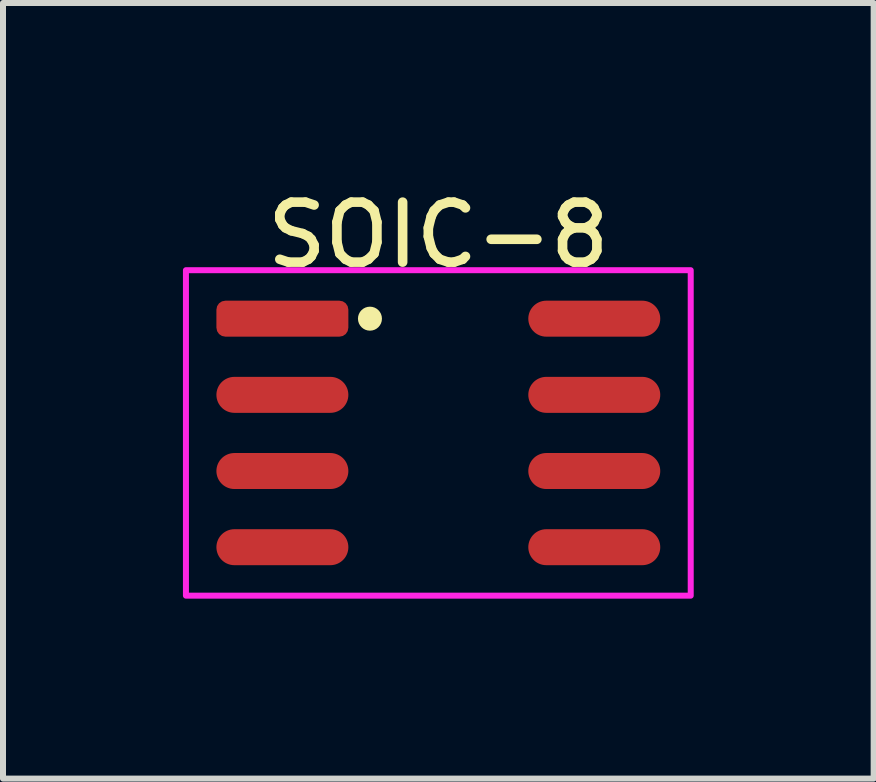
<source format=kicad_pcb>
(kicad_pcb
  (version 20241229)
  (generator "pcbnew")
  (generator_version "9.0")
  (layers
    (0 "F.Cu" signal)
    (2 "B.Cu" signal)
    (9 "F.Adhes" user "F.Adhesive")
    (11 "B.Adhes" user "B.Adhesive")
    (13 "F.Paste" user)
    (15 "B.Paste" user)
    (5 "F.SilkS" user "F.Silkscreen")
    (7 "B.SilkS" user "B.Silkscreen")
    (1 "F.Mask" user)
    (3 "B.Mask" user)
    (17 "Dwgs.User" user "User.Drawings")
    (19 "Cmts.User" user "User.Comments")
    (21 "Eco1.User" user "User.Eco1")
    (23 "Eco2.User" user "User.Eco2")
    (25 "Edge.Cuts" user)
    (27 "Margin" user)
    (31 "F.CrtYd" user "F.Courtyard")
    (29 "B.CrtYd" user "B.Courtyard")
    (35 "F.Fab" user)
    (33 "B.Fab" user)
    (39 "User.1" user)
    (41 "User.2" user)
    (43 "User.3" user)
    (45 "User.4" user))
  (footprint "SOIC-8"
    (layer "F.Cu")
    (at 4.258 4.168)
    (property "Reference" "SOIC-8" (at 0 -3.302 0) (unlocked yes) (layer "F.SilkS") (effects (font (size 1 1) (thickness 0.16))))
    (fp_rect (start 0 0) (end 0 0) (stroke (width 0.16) (type solid)) (fill no) (layer "F.SilkS"))
    (fp_circle (center -1.14 -1.905) (end -0.94 -1.905) (stroke (width 0) (type solid)) (fill yes) (layer "F.SilkS"))
    (fp_rect (start -4.208 -2.713) (end 4.208 2.713) (stroke (width 0.1) (type solid)) (fill no) (layer "F.CrtYd"))
    (pad "1" smd roundrect (at -2.6 -1.905) (size 2.2 0.6) (layers "F.Cu" "F.Mask" "F.Paste") (roundrect_rratio 0.25))
    (pad "2" smd oval (at -2.6 -0.635) (size 2.2 0.6) (layers "F.Cu" "F.Mask" "F.Paste"))
    (pad "3" smd oval (at -2.6 0.635) (size 2.2 0.6) (layers "F.Cu" "F.Mask" "F.Paste"))
    (pad "4" smd oval (at -2.6 1.905) (size 2.2 0.6) (layers "F.Cu" "F.Mask" "F.Paste"))
    (pad "5" smd oval (at 2.6 1.905) (size 2.2 0.6) (layers "F.Cu" "F.Mask" "F.Paste"))
    (pad "6" smd oval (at 2.6 0.635) (size 2.2 0.6) (layers "F.Cu" "F.Mask" "F.Paste"))
    (pad "7" smd oval (at 2.6 -0.635) (size 2.2 0.6) (layers "F.Cu" "F.Mask" "F.Paste"))
    (pad "8" smd oval (at 2.6 -1.905) (size 2.2 0.6) (layers "F.Cu" "F.Mask" "F.Paste")))
  (gr_rect
    (start -3 -3)
    (end 11.516 9.931)
    (stroke (width 0.1) (type default))
    (fill no)
    (layer "Edge.Cuts")))
</source>
